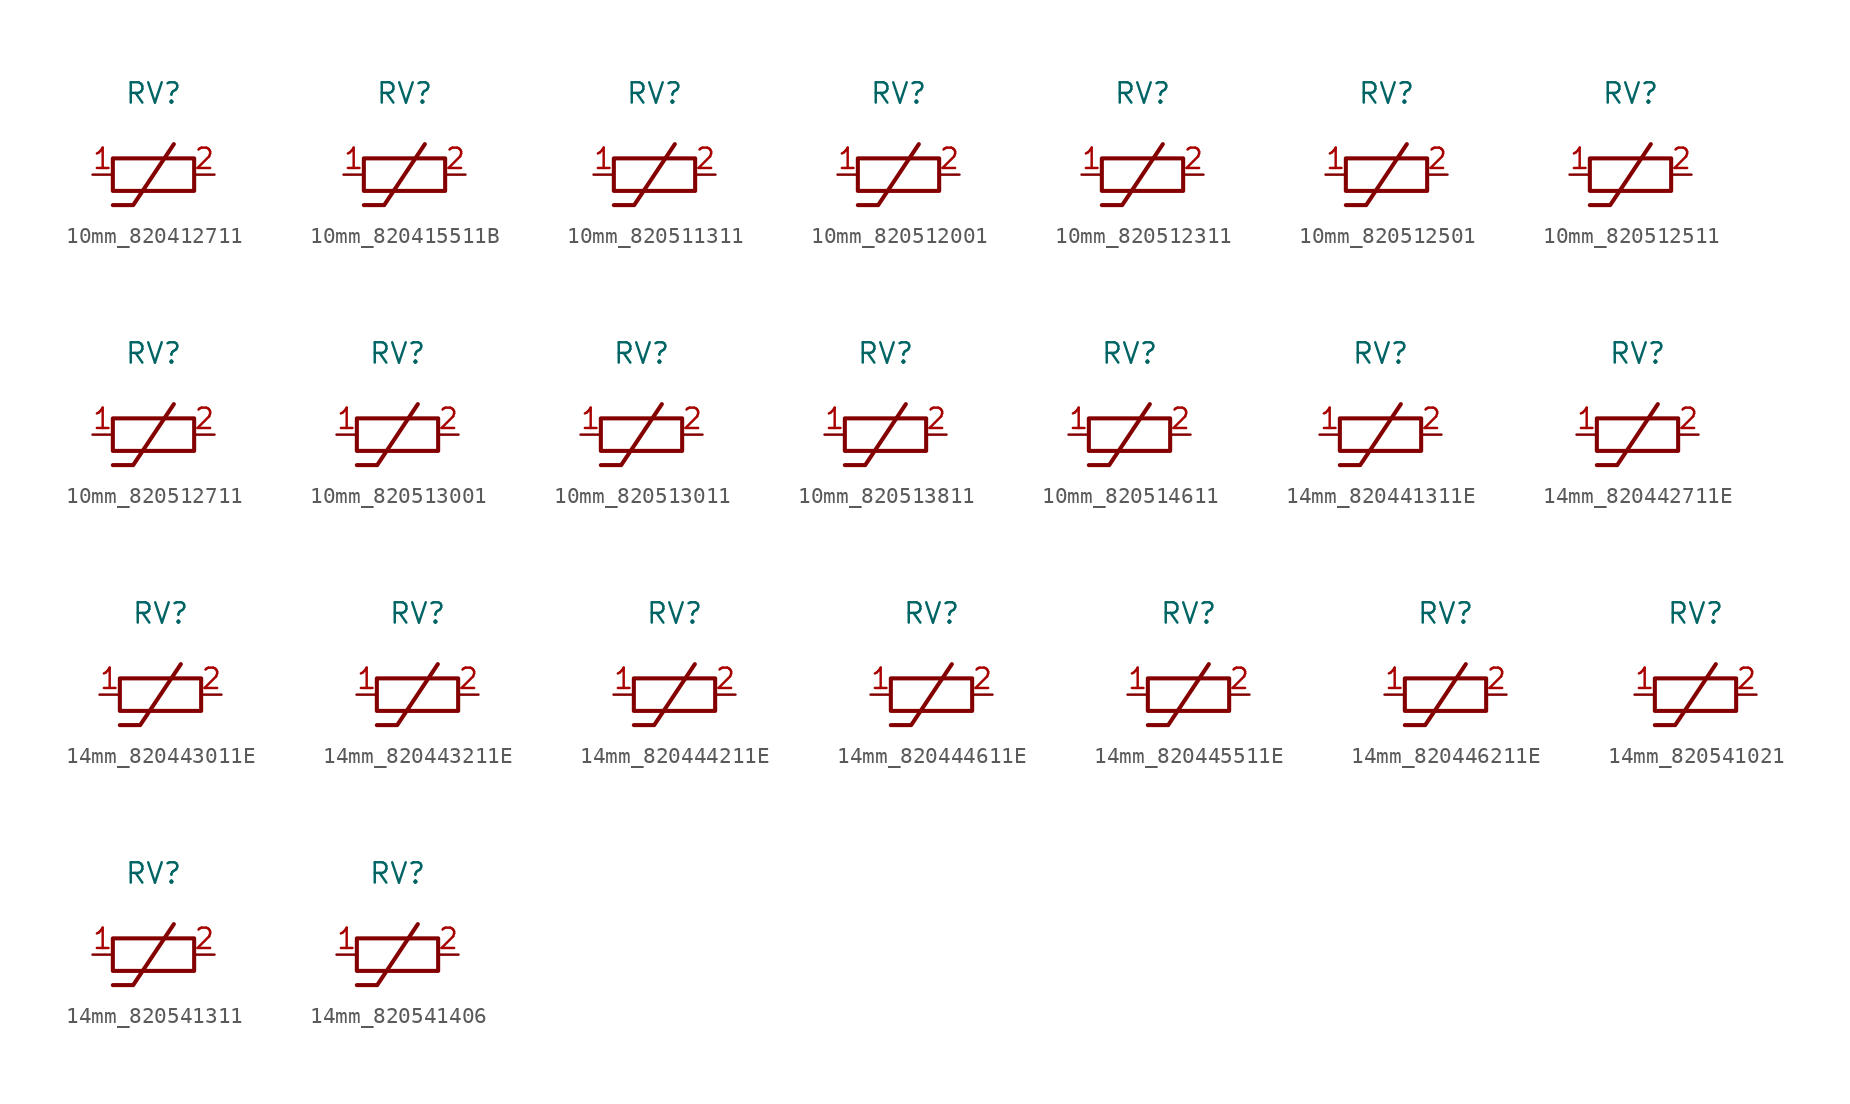
<source format=kicad_sym>
(kicad_symbol_lib
  (version 20220914)
  (generator kicad_symbol_editor)
  (symbol "10mm_820412711"
    (pin_names hide)
    (property "Reference" "RV"
      (at 0 5.08 0)
      (effects (font (size 1.27 1.27))))
    (symbol "10mm_820412711_0_1"
      (rectangle (start -2.54 1.016) (end 2.54 -1.016) (stroke (width 0.254) (type default)) (fill (type none))))
    (symbol "10mm_820412711_1_1"
      (polyline (pts (xy -2.54 -1.905) (xy -1.27 -1.905) (xy 1.27 1.905)) (stroke (width 0.254) (type default)) (fill (type none)))
      (pin passive line (at -3.81 0 0) (length 1.27) (name "~" (effects (font (size 1.27 1.27)))) (number "1" (effects (font (size 1.27 1.27)))))
      (pin passive line (at 3.81 0 180) (length 1.27) (name "~" (effects (font (size 1.27 1.27)))) (number "2" (effects (font (size 1.27 1.27)))))))
  (symbol "10mm_820415511B"
    (pin_names hide)
    (property "Reference" "RV"
      (at 0 5.08 0)
      (effects (font (size 1.27 1.27))))
    (symbol "10mm_820415511B_0_1"
      (rectangle (start -2.54 1.016) (end 2.54 -1.016) (stroke (width 0.254) (type default)) (fill (type none))))
    (symbol "10mm_820415511B_1_1"
      (polyline (pts (xy -2.54 -1.905) (xy -1.27 -1.905) (xy 1.27 1.905)) (stroke (width 0.254) (type default)) (fill (type none)))
      (pin passive line (at -3.81 0 0) (length 1.27) (name "~" (effects (font (size 1.27 1.27)))) (number "1" (effects (font (size 1.27 1.27)))))
      (pin passive line (at 3.81 0 180) (length 1.27) (name "~" (effects (font (size 1.27 1.27)))) (number "2" (effects (font (size 1.27 1.27)))))))
  (symbol "10mm_820511311"
    (pin_names hide)
    (property "Reference" "RV"
      (at 0 5.08 0)
      (effects (font (size 1.27 1.27))))
    (symbol "10mm_820511311_0_1"
      (rectangle (start -2.54 1.016) (end 2.54 -1.016) (stroke (width 0.254) (type default)) (fill (type none))))
    (symbol "10mm_820511311_1_1"
      (polyline (pts (xy -2.54 -1.905) (xy -1.27 -1.905) (xy 1.27 1.905)) (stroke (width 0.254) (type default)) (fill (type none)))
      (pin passive line (at -3.81 0 0) (length 1.27) (name "~" (effects (font (size 1.27 1.27)))) (number "1" (effects (font (size 1.27 1.27)))))
      (pin passive line (at 3.81 0 180) (length 1.27) (name "~" (effects (font (size 1.27 1.27)))) (number "2" (effects (font (size 1.27 1.27)))))))
  (symbol "10mm_820512001"
    (pin_names hide)
    (property "Reference" "RV"
      (at 0 5.08 0)
      (effects (font (size 1.27 1.27))))
    (symbol "10mm_820512001_0_1"
      (rectangle (start -2.54 1.016) (end 2.54 -1.016) (stroke (width 0.254) (type default)) (fill (type none))))
    (symbol "10mm_820512001_1_1"
      (polyline (pts (xy -2.54 -1.905) (xy -1.27 -1.905) (xy 1.27 1.905)) (stroke (width 0.254) (type default)) (fill (type none)))
      (pin passive line (at -3.81 0 0) (length 1.27) (name "~" (effects (font (size 1.27 1.27)))) (number "1" (effects (font (size 1.27 1.27)))))
      (pin passive line (at 3.81 0 180) (length 1.27) (name "~" (effects (font (size 1.27 1.27)))) (number "2" (effects (font (size 1.27 1.27)))))))
  (symbol "10mm_820512311"
    (pin_names hide)
    (property "Reference" "RV"
      (at 0 5.08 0)
      (effects (font (size 1.27 1.27))))
    (symbol "10mm_820512311_0_1"
      (rectangle (start -2.54 1.016) (end 2.54 -1.016) (stroke (width 0.254) (type default)) (fill (type none))))
    (symbol "10mm_820512311_1_1"
      (polyline (pts (xy -2.54 -1.905) (xy -1.27 -1.905) (xy 1.27 1.905)) (stroke (width 0.254) (type default)) (fill (type none)))
      (pin passive line (at -3.81 0 0) (length 1.27) (name "~" (effects (font (size 1.27 1.27)))) (number "1" (effects (font (size 1.27 1.27)))))
      (pin passive line (at 3.81 0 180) (length 1.27) (name "~" (effects (font (size 1.27 1.27)))) (number "2" (effects (font (size 1.27 1.27)))))))
  (symbol "10mm_820512501"
    (pin_names hide)
    (property "Reference" "RV"
      (at 0 5.08 0)
      (effects (font (size 1.27 1.27))))
    (symbol "10mm_820512501_0_1"
      (rectangle (start -2.54 1.016) (end 2.54 -1.016) (stroke (width 0.254) (type default)) (fill (type none))))
    (symbol "10mm_820512501_1_1"
      (polyline (pts (xy -2.54 -1.905) (xy -1.27 -1.905) (xy 1.27 1.905)) (stroke (width 0.254) (type default)) (fill (type none)))
      (pin passive line (at -3.81 0 0) (length 1.27) (name "~" (effects (font (size 1.27 1.27)))) (number "1" (effects (font (size 1.27 1.27)))))
      (pin passive line (at 3.81 0 180) (length 1.27) (name "~" (effects (font (size 1.27 1.27)))) (number "2" (effects (font (size 1.27 1.27)))))))
  (symbol "10mm_820512511"
    (pin_names hide)
    (property "Reference" "RV"
      (at 0 5.08 0)
      (effects (font (size 1.27 1.27))))
    (symbol "10mm_820512511_0_1"
      (rectangle (start -2.54 1.016) (end 2.54 -1.016) (stroke (width 0.254) (type default)) (fill (type none))))
    (symbol "10mm_820512511_1_1"
      (polyline (pts (xy -2.54 -1.905) (xy -1.27 -1.905) (xy 1.27 1.905)) (stroke (width 0.254) (type default)) (fill (type none)))
      (pin passive line (at -3.81 0 0) (length 1.27) (name "~" (effects (font (size 1.27 1.27)))) (number "1" (effects (font (size 1.27 1.27)))))
      (pin passive line (at 3.81 0 180) (length 1.27) (name "~" (effects (font (size 1.27 1.27)))) (number "2" (effects (font (size 1.27 1.27)))))))
  (symbol "10mm_820512711"
    (pin_names hide)
    (property "Reference" "RV"
      (at 0 5.08 0)
      (effects (font (size 1.27 1.27))))
    (symbol "10mm_820512711_0_1"
      (rectangle (start -2.54 1.016) (end 2.54 -1.016) (stroke (width 0.254) (type default)) (fill (type none))))
    (symbol "10mm_820512711_1_1"
      (polyline (pts (xy -2.54 -1.905) (xy -1.27 -1.905) (xy 1.27 1.905)) (stroke (width 0.254) (type default)) (fill (type none)))
      (pin passive line (at -3.81 0 0) (length 1.27) (name "~" (effects (font (size 1.27 1.27)))) (number "1" (effects (font (size 1.27 1.27)))))
      (pin passive line (at 3.81 0 180) (length 1.27) (name "~" (effects (font (size 1.27 1.27)))) (number "2" (effects (font (size 1.27 1.27)))))))
  (symbol "10mm_820513001"
    (pin_names hide)
    (property "Reference" "RV"
      (at 0 5.08 0)
      (effects (font (size 1.27 1.27))))
    (symbol "10mm_820513001_0_1"
      (rectangle (start -2.54 1.016) (end 2.54 -1.016) (stroke (width 0.254) (type default)) (fill (type none))))
    (symbol "10mm_820513001_1_1"
      (polyline (pts (xy -2.54 -1.905) (xy -1.27 -1.905) (xy 1.27 1.905)) (stroke (width 0.254) (type default)) (fill (type none)))
      (pin passive line (at -3.81 0 0) (length 1.27) (name "~" (effects (font (size 1.27 1.27)))) (number "1" (effects (font (size 1.27 1.27)))))
      (pin passive line (at 3.81 0 180) (length 1.27) (name "~" (effects (font (size 1.27 1.27)))) (number "2" (effects (font (size 1.27 1.27)))))))
  (symbol "10mm_820513011"
    (pin_names hide)
    (property "Reference" "RV"
      (at 0 5.08 0)
      (effects (font (size 1.27 1.27))))
    (symbol "10mm_820513011_0_1"
      (rectangle (start -2.54 1.016) (end 2.54 -1.016) (stroke (width 0.254) (type default)) (fill (type none))))
    (symbol "10mm_820513011_1_1"
      (polyline (pts (xy -2.54 -1.905) (xy -1.27 -1.905) (xy 1.27 1.905)) (stroke (width 0.254) (type default)) (fill (type none)))
      (pin passive line (at -3.81 0 0) (length 1.27) (name "~" (effects (font (size 1.27 1.27)))) (number "1" (effects (font (size 1.27 1.27)))))
      (pin passive line (at 3.81 0 180) (length 1.27) (name "~" (effects (font (size 1.27 1.27)))) (number "2" (effects (font (size 1.27 1.27)))))))
  (symbol "10mm_820513811"
    (pin_names hide)
    (property "Reference" "RV"
      (at 0 5.08 0)
      (effects (font (size 1.27 1.27))))
    (symbol "10mm_820513811_0_1"
      (rectangle (start -2.54 1.016) (end 2.54 -1.016) (stroke (width 0.254) (type default)) (fill (type none))))
    (symbol "10mm_820513811_1_1"
      (polyline (pts (xy -2.54 -1.905) (xy -1.27 -1.905) (xy 1.27 1.905)) (stroke (width 0.254) (type default)) (fill (type none)))
      (pin passive line (at -3.81 0 0) (length 1.27) (name "~" (effects (font (size 1.27 1.27)))) (number "1" (effects (font (size 1.27 1.27)))))
      (pin passive line (at 3.81 0 180) (length 1.27) (name "~" (effects (font (size 1.27 1.27)))) (number "2" (effects (font (size 1.27 1.27)))))))
  (symbol "10mm_820514611"
    (pin_names hide)
    (property "Reference" "RV"
      (at 0 5.08 0)
      (effects (font (size 1.27 1.27))))
    (symbol "10mm_820514611_0_1"
      (rectangle (start -2.54 1.016) (end 2.54 -1.016) (stroke (width 0.254) (type default)) (fill (type none))))
    (symbol "10mm_820514611_1_1"
      (polyline (pts (xy -2.54 -1.905) (xy -1.27 -1.905) (xy 1.27 1.905)) (stroke (width 0.254) (type default)) (fill (type none)))
      (pin passive line (at -3.81 0 0) (length 1.27) (name "~" (effects (font (size 1.27 1.27)))) (number "1" (effects (font (size 1.27 1.27)))))
      (pin passive line (at 3.81 0 180) (length 1.27) (name "~" (effects (font (size 1.27 1.27)))) (number "2" (effects (font (size 1.27 1.27)))))))
  (symbol "14mm_820441311E"
    (pin_names hide)
    (property "Reference" "RV"
      (at 0 5.08 0)
      (effects (font (size 1.27 1.27))))
    (symbol "14mm_820441311E_0_1"
      (rectangle (start -2.54 1.016) (end 2.54 -1.016) (stroke (width 0.254) (type default)) (fill (type none))))
    (symbol "14mm_820441311E_1_1"
      (polyline (pts (xy -2.54 -1.905) (xy -1.27 -1.905) (xy 1.27 1.905)) (stroke (width 0.254) (type default)) (fill (type none)))
      (pin passive line (at -3.81 0 0) (length 1.27) (name "~" (effects (font (size 1.27 1.27)))) (number "1" (effects (font (size 1.27 1.27)))))
      (pin passive line (at 3.81 0 180) (length 1.27) (name "~" (effects (font (size 1.27 1.27)))) (number "2" (effects (font (size 1.27 1.27)))))))
  (symbol "14mm_820442711E"
    (pin_names hide)
    (property "Reference" "RV"
      (at 0 5.08 0)
      (effects (font (size 1.27 1.27))))
    (symbol "14mm_820442711E_0_1"
      (rectangle (start -2.54 1.016) (end 2.54 -1.016) (stroke (width 0.254) (type default)) (fill (type none))))
    (symbol "14mm_820442711E_1_1"
      (polyline (pts (xy -2.54 -1.905) (xy -1.27 -1.905) (xy 1.27 1.905)) (stroke (width 0.254) (type default)) (fill (type none)))
      (pin passive line (at -3.81 0 0) (length 1.27) (name "~" (effects (font (size 1.27 1.27)))) (number "1" (effects (font (size 1.27 1.27)))))
      (pin passive line (at 3.81 0 180) (length 1.27) (name "~" (effects (font (size 1.27 1.27)))) (number "2" (effects (font (size 1.27 1.27)))))))
  (symbol "14mm_820443011E"
    (pin_names hide)
    (property "Reference" "RV"
      (at 0 5.08 0)
      (effects (font (size 1.27 1.27))))
    (symbol "14mm_820443011E_0_1"
      (rectangle (start -2.54 1.016) (end 2.54 -1.016) (stroke (width 0.254) (type default)) (fill (type none))))
    (symbol "14mm_820443011E_1_1"
      (polyline (pts (xy -2.54 -1.905) (xy -1.27 -1.905) (xy 1.27 1.905)) (stroke (width 0.254) (type default)) (fill (type none)))
      (pin passive line (at -3.81 0 0) (length 1.27) (name "~" (effects (font (size 1.27 1.27)))) (number "1" (effects (font (size 1.27 1.27)))))
      (pin passive line (at 3.81 0 180) (length 1.27) (name "~" (effects (font (size 1.27 1.27)))) (number "2" (effects (font (size 1.27 1.27)))))))
  (symbol "14mm_820443211E"
    (pin_names hide)
    (property "Reference" "RV"
      (at 0 5.08 0)
      (effects (font (size 1.27 1.27))))
    (symbol "14mm_820443211E_0_1"
      (rectangle (start -2.54 1.016) (end 2.54 -1.016) (stroke (width 0.254) (type default)) (fill (type none))))
    (symbol "14mm_820443211E_1_1"
      (polyline (pts (xy -2.54 -1.905) (xy -1.27 -1.905) (xy 1.27 1.905)) (stroke (width 0.254) (type default)) (fill (type none)))
      (pin passive line (at -3.81 0 0) (length 1.27) (name "~" (effects (font (size 1.27 1.27)))) (number "1" (effects (font (size 1.27 1.27)))))
      (pin passive line (at 3.81 0 180) (length 1.27) (name "~" (effects (font (size 1.27 1.27)))) (number "2" (effects (font (size 1.27 1.27)))))))
  (symbol "14mm_820444211E"
    (pin_names hide)
    (property "Reference" "RV"
      (at 0 5.08 0)
      (effects (font (size 1.27 1.27))))
    (symbol "14mm_820444211E_0_1"
      (rectangle (start -2.54 1.016) (end 2.54 -1.016) (stroke (width 0.254) (type default)) (fill (type none))))
    (symbol "14mm_820444211E_1_1"
      (polyline (pts (xy -2.54 -1.905) (xy -1.27 -1.905) (xy 1.27 1.905)) (stroke (width 0.254) (type default)) (fill (type none)))
      (pin passive line (at -3.81 0 0) (length 1.27) (name "~" (effects (font (size 1.27 1.27)))) (number "1" (effects (font (size 1.27 1.27)))))
      (pin passive line (at 3.81 0 180) (length 1.27) (name "~" (effects (font (size 1.27 1.27)))) (number "2" (effects (font (size 1.27 1.27)))))))
  (symbol "14mm_820444611E"
    (pin_names hide)
    (property "Reference" "RV"
      (at 0 5.08 0)
      (effects (font (size 1.27 1.27))))
    (symbol "14mm_820444611E_0_1"
      (rectangle (start -2.54 1.016) (end 2.54 -1.016) (stroke (width 0.254) (type default)) (fill (type none))))
    (symbol "14mm_820444611E_1_1"
      (polyline (pts (xy -2.54 -1.905) (xy -1.27 -1.905) (xy 1.27 1.905)) (stroke (width 0.254) (type default)) (fill (type none)))
      (pin passive line (at -3.81 0 0) (length 1.27) (name "~" (effects (font (size 1.27 1.27)))) (number "1" (effects (font (size 1.27 1.27)))))
      (pin passive line (at 3.81 0 180) (length 1.27) (name "~" (effects (font (size 1.27 1.27)))) (number "2" (effects (font (size 1.27 1.27)))))))
  (symbol "14mm_820445511E"
    (pin_names hide)
    (property "Reference" "RV"
      (at 0 5.08 0)
      (effects (font (size 1.27 1.27))))
    (symbol "14mm_820445511E_0_1"
      (rectangle (start -2.54 1.016) (end 2.54 -1.016) (stroke (width 0.254) (type default)) (fill (type none))))
    (symbol "14mm_820445511E_1_1"
      (polyline (pts (xy -2.54 -1.905) (xy -1.27 -1.905) (xy 1.27 1.905)) (stroke (width 0.254) (type default)) (fill (type none)))
      (pin passive line (at -3.81 0 0) (length 1.27) (name "~" (effects (font (size 1.27 1.27)))) (number "1" (effects (font (size 1.27 1.27)))))
      (pin passive line (at 3.81 0 180) (length 1.27) (name "~" (effects (font (size 1.27 1.27)))) (number "2" (effects (font (size 1.27 1.27)))))))
  (symbol "14mm_820446211E"
    (pin_names hide)
    (property "Reference" "RV"
      (at 0 5.08 0)
      (effects (font (size 1.27 1.27))))
    (symbol "14mm_820446211E_0_1"
      (rectangle (start -2.54 1.016) (end 2.54 -1.016) (stroke (width 0.254) (type default)) (fill (type none))))
    (symbol "14mm_820446211E_1_1"
      (polyline (pts (xy -2.54 -1.905) (xy -1.27 -1.905) (xy 1.27 1.905)) (stroke (width 0.254) (type default)) (fill (type none)))
      (pin passive line (at -3.81 0 0) (length 1.27) (name "~" (effects (font (size 1.27 1.27)))) (number "1" (effects (font (size 1.27 1.27)))))
      (pin passive line (at 3.81 0 180) (length 1.27) (name "~" (effects (font (size 1.27 1.27)))) (number "2" (effects (font (size 1.27 1.27)))))))
  (symbol "14mm_820541021"
    (pin_names hide)
    (property "Reference" "RV"
      (at 0 5.08 0)
      (effects (font (size 1.27 1.27))))
    (symbol "14mm_820541021_0_1"
      (rectangle (start -2.54 1.016) (end 2.54 -1.016) (stroke (width 0.254) (type default)) (fill (type none))))
    (symbol "14mm_820541021_1_1"
      (polyline (pts (xy -2.54 -1.905) (xy -1.27 -1.905) (xy 1.27 1.905)) (stroke (width 0.254) (type default)) (fill (type none)))
      (pin passive line (at -3.81 0 0) (length 1.27) (name "~" (effects (font (size 1.27 1.27)))) (number "1" (effects (font (size 1.27 1.27)))))
      (pin passive line (at 3.81 0 180) (length 1.27) (name "~" (effects (font (size 1.27 1.27)))) (number "2" (effects (font (size 1.27 1.27)))))))
  (symbol "14mm_820541311"
    (pin_names hide)
    (property "Reference" "RV"
      (at 0 5.08 0)
      (effects (font (size 1.27 1.27))))
    (symbol "14mm_820541311_0_1"
      (rectangle (start -2.54 1.016) (end 2.54 -1.016) (stroke (width 0.254) (type default)) (fill (type none))))
    (symbol "14mm_820541311_1_1"
      (polyline (pts (xy -2.54 -1.905) (xy -1.27 -1.905) (xy 1.27 1.905)) (stroke (width 0.254) (type default)) (fill (type none)))
      (pin passive line (at -3.81 0 0) (length 1.27) (name "~" (effects (font (size 1.27 1.27)))) (number "1" (effects (font (size 1.27 1.27)))))
      (pin passive line (at 3.81 0 180) (length 1.27) (name "~" (effects (font (size 1.27 1.27)))) (number "2" (effects (font (size 1.27 1.27)))))))
  (symbol "14mm_820541406"
    (pin_names hide)
    (property "Reference" "RV"
      (at 0 5.08 0)
      (effects (font (size 1.27 1.27))))
    (symbol "14mm_820541406_0_1"
      (rectangle (start -2.54 1.016) (end 2.54 -1.016) (stroke (width 0.254) (type default)) (fill (type none))))
    (symbol "14mm_820541406_1_1"
      (polyline (pts (xy -2.54 -1.905) (xy -1.27 -1.905) (xy 1.27 1.905)) (stroke (width 0.254) (type default)) (fill (type none)))
      (pin passive line (at -3.81 0 0) (length 1.27) (name "~" (effects (font (size 1.27 1.27)))) (number "1" (effects (font (size 1.27 1.27)))))
      (pin passive line (at 3.81 0 180) (length 1.27) (name "~" (effects (font (size 1.27 1.27)))) (number "2" (effects (font (size 1.27 1.27))))))))
</source>
